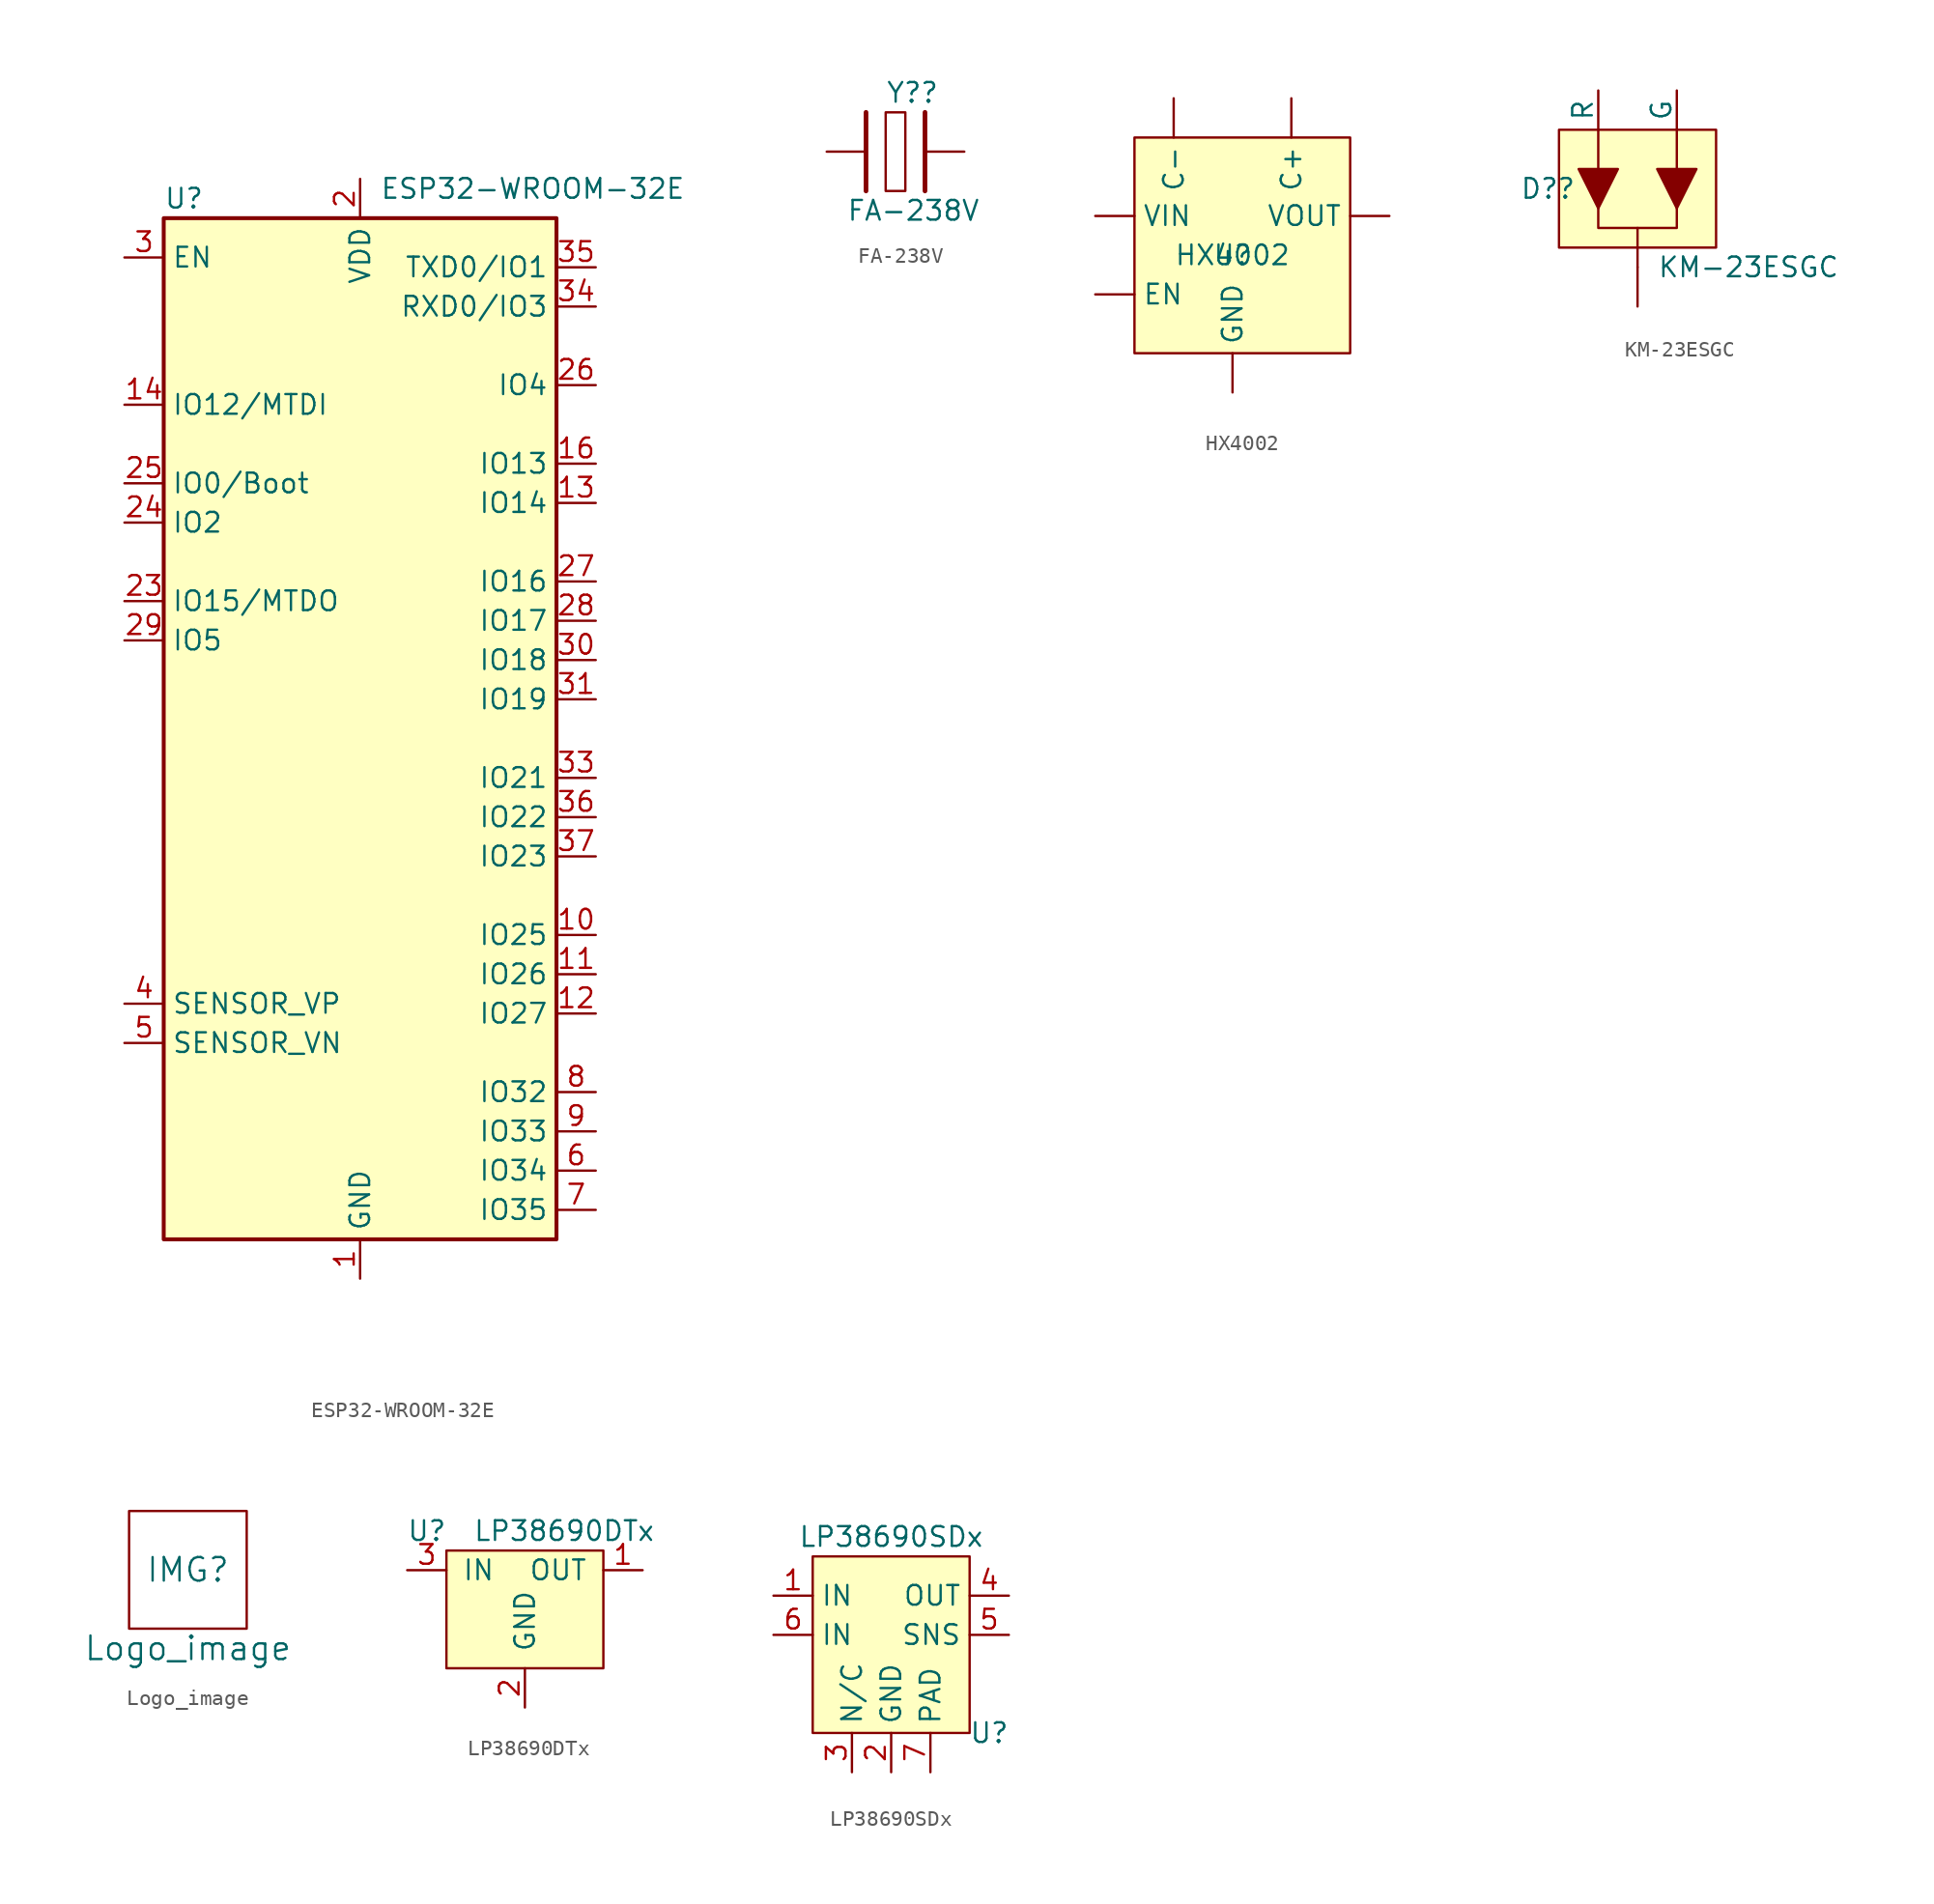
<source format=kicad_sym>
(kicad_symbol_lib
  (version 20220914)
  (generator kicad_symbol_editor)
  (symbol "ESP32-WROOM-32E"
    (property "Reference" "U"
      (at -12.7 34.29 0)
      (effects (font (size 1.27 1.27)) (justify left)))
    (property "Value" "ESP32-WROOM-32E"
      (at 1.27 34.925 0)
      (effects (font (size 1.27 1.27)) (justify left)))
    (symbol "ESP32-WROOM-32E_0_1"
      (rectangle (start -12.7 33.02) (end 12.7 -33.02) (stroke (width 0.254) (type default)) (fill (type background))))
    (symbol "ESP32-WROOM-32E_1_1"
      (pin power_in line (at 0 -35.56 90) (length 2.54) (name "GND" (effects (font (size 1.27 1.27)))) (number "1" (effects (font (size 1.27 1.27)))))
      (pin bidirectional line (at 15.24 -13.335 180) (length 2.54) (name "IO25" (effects (font (size 1.27 1.27)))) (number "10" (effects (font (size 1.27 1.27)))))
      (pin bidirectional line (at 15.24 -15.875 180) (length 2.54) (name "IO26" (effects (font (size 1.27 1.27)))) (number "11" (effects (font (size 1.27 1.27)))))
      (pin bidirectional line (at 15.24 -18.415 180) (length 2.54) (name "IO27" (effects (font (size 1.27 1.27)))) (number "12" (effects (font (size 1.27 1.27)))))
      (pin bidirectional line (at 15.24 14.605 180) (length 2.54) (name "IO14" (effects (font (size 1.27 1.27)))) (number "13" (effects (font (size 1.27 1.27)))))
      (pin bidirectional line (at -15.24 20.955 0) (length 2.54) (name "IO12/MTDI" (effects (font (size 1.27 1.27)))) (number "14" (effects (font (size 1.27 1.27)))))
      (pin passive line (at 0 -35.56 90) (length 2.54) hide (name "GND" (effects (font (size 1.27 1.27)))) (number "15" (effects (font (size 1.27 1.27)))))
      (pin bidirectional line (at 15.24 17.145 180) (length 2.54) (name "IO13" (effects (font (size 1.27 1.27)))) (number "16" (effects (font (size 1.27 1.27)))))
      (pin no_connect line (at -15.24 -5.08 0) (length 2.54) hide (name "NC" (effects (font (size 1.27 1.27)))) (number "17" (effects (font (size 1.27 1.27)))))
      (pin no_connect line (at -15.24 -7.62 0) (length 2.54) hide (name "NC" (effects (font (size 1.27 1.27)))) (number "18" (effects (font (size 1.27 1.27)))))
      (pin no_connect line (at -15.24 -12.7 0) (length 2.54) hide (name "NC" (effects (font (size 1.27 1.27)))) (number "19" (effects (font (size 1.27 1.27)))))
      (pin power_in line (at 0 35.56 270) (length 2.54) (name "VDD" (effects (font (size 1.27 1.27)))) (number "2" (effects (font (size 1.27 1.27)))))
      (pin no_connect line (at -15.24 -10.16 0) (length 2.54) hide (name "NC" (effects (font (size 1.27 1.27)))) (number "20" (effects (font (size 1.27 1.27)))))
      (pin no_connect line (at -15.24 0 0) (length 2.54) hide (name "NC" (effects (font (size 1.27 1.27)))) (number "21" (effects (font (size 1.27 1.27)))))
      (pin no_connect line (at -15.24 -2.54 0) (length 2.54) hide (name "NC" (effects (font (size 1.27 1.27)))) (number "22" (effects (font (size 1.27 1.27)))))
      (pin bidirectional line (at -15.24 8.255 0) (length 2.54) (name "IO15/MTDO" (effects (font (size 1.27 1.27)))) (number "23" (effects (font (size 1.27 1.27)))))
      (pin bidirectional line (at -15.24 13.335 0) (length 2.54) (name "IO2" (effects (font (size 1.27 1.27)))) (number "24" (effects (font (size 1.27 1.27)))))
      (pin bidirectional line (at -15.24 15.875 0) (length 2.54) (name "IO0/Boot" (effects (font (size 1.27 1.27)))) (number "25" (effects (font (size 1.27 1.27)))))
      (pin bidirectional line (at 15.24 22.225 180) (length 2.54) (name "IO4" (effects (font (size 1.27 1.27)))) (number "26" (effects (font (size 1.27 1.27)))))
      (pin bidirectional line (at 15.24 9.525 180) (length 2.54) (name "IO16" (effects (font (size 1.27 1.27)))) (number "27" (effects (font (size 1.27 1.27)))))
      (pin bidirectional line (at 15.24 6.985 180) (length 2.54) (name "IO17" (effects (font (size 1.27 1.27)))) (number "28" (effects (font (size 1.27 1.27)))))
      (pin bidirectional line (at -15.24 5.715 0) (length 2.54) (name "IO5" (effects (font (size 1.27 1.27)))) (number "29" (effects (font (size 1.27 1.27)))))
      (pin input line (at -15.24 30.48 0) (length 2.54) (name "EN" (effects (font (size 1.27 1.27)))) (number "3" (effects (font (size 1.27 1.27)))))
      (pin bidirectional line (at 15.24 4.445 180) (length 2.54) (name "IO18" (effects (font (size 1.27 1.27)))) (number "30" (effects (font (size 1.27 1.27)))))
      (pin bidirectional line (at 15.24 1.905 180) (length 2.54) (name "IO19" (effects (font (size 1.27 1.27)))) (number "31" (effects (font (size 1.27 1.27)))))
      (pin no_connect line (at -12.7 -27.94 0) (length 2.54) hide (name "NC" (effects (font (size 1.27 1.27)))) (number "32" (effects (font (size 1.27 1.27)))))
      (pin bidirectional line (at 15.24 -3.175 180) (length 2.54) (name "IO21" (effects (font (size 1.27 1.27)))) (number "33" (effects (font (size 1.27 1.27)))))
      (pin bidirectional line (at 15.24 27.305 180) (length 2.54) (name "RXD0/IO3" (effects (font (size 1.27 1.27)))) (number "34" (effects (font (size 1.27 1.27)))))
      (pin bidirectional line (at 15.24 29.845 180) (length 2.54) (name "TXD0/IO1" (effects (font (size 1.27 1.27)))) (number "35" (effects (font (size 1.27 1.27)))))
      (pin bidirectional line (at 15.24 -5.715 180) (length 2.54) (name "IO22" (effects (font (size 1.27 1.27)))) (number "36" (effects (font (size 1.27 1.27)))))
      (pin bidirectional line (at 15.24 -8.255 180) (length 2.54) (name "IO23" (effects (font (size 1.27 1.27)))) (number "37" (effects (font (size 1.27 1.27)))))
      (pin passive line (at 0 -35.56 90) (length 2.54) hide (name "GND" (effects (font (size 1.27 1.27)))) (number "38" (effects (font (size 1.27 1.27)))))
      (pin passive line (at 0 -35.56 90) (length 2.54) hide (name "GND" (effects (font (size 1.27 1.27)))) (number "39" (effects (font (size 1.27 1.27)))))
      (pin input line (at -15.24 -17.78 0) (length 2.54) (name "SENSOR_VP" (effects (font (size 1.27 1.27)))) (number "4" (effects (font (size 1.27 1.27)))))
      (pin input line (at -15.24 -20.32 0) (length 2.54) (name "SENSOR_VN" (effects (font (size 1.27 1.27)))) (number "5" (effects (font (size 1.27 1.27)))))
      (pin input line (at 15.24 -28.575 180) (length 2.54) (name "IO34" (effects (font (size 1.27 1.27)))) (number "6" (effects (font (size 1.27 1.27)))))
      (pin input line (at 15.24 -31.115 180) (length 2.54) (name "IO35" (effects (font (size 1.27 1.27)))) (number "7" (effects (font (size 1.27 1.27)))))
      (pin bidirectional line (at 15.24 -23.495 180) (length 2.54) (name "IO32" (effects (font (size 1.27 1.27)))) (number "8" (effects (font (size 1.27 1.27)))))
      (pin bidirectional line (at 15.24 -26.035 180) (length 2.54) (name "IO33" (effects (font (size 1.27 1.27)))) (number "9" (effects (font (size 1.27 1.27)))))))
  (symbol "FA-238V"
    (pin_numbers hide)
    (pin_names hide)
    (property "Reference" "Y?"
      (at -1.27 3.81 0)
      (effects (font (size 1.27 1.27)) (justify left)))
    (property "Value" "FA-238V"
      (at -3.81 -3.81 0)
      (effects (font (size 1.27 1.27)) (justify left)))
    (symbol "FA-238V_0_0"
      (pin passive line (at -5.08 0 0) (length 2.54) (name "" (effects (font (size 1.27 1.27)))) (number "1" (effects (font (size 1.27 1.27)))))
      (pin no_connect line (at 0 -1.27 0) (length 2.54) hide (name "NC" (effects (font (size 1.27 1.27)))) (number "2" (effects (font (size 1.27 1.27)))))
      (pin passive line (at 3.81 0 180) (length 2.54) (name "" (effects (font (size 1.27 1.27)))) (number "3" (effects (font (size 1.27 1.27)))))
      (pin no_connect line (at 0 -1.27 0) (length 2.54) hide (name "NC" (effects (font (size 1.27 1.27)))) (number "4" (effects (font (size 1.27 1.27))))))
    (symbol "FA-238V_0_1"
      (rectangle (start -1.27 2.54) (end 0 -2.54) (stroke (width 0) (type default)) (fill (type none)))
      (polyline (pts (xy -2.54 2.54) (xy -2.54 -2.54)) (stroke (width 0.3) (type default)) (fill (type none)))
      (polyline (pts (xy 1.27 2.54) (xy 1.27 -2.54)) (stroke (width 0.3) (type default)) (fill (type none)))))
  (symbol "HX4002"
    (pin_numbers hide)
    (property "Reference" "U"
      (at 0 0 0)
      (effects (font (size 1.27 1.27))))
    (property "Value" "HX4002"
      (at 0 0 0)
      (effects (font (size 1.27 1.27))))
    (symbol "HX4002_1_1"
      (rectangle (start -6.35 7.62) (end 7.62 -6.35) (stroke (width 0) (type default)) (fill (type background)))
      (pin power_out line (at 10.16 2.54 180) (length 2.54) (name "VOUT" (effects (font (size 1.27 1.27)))) (number "1" (effects (font (size 1.27 1.27)))))
      (pin power_in line (at 0 -8.89 90) (length 2.54) (name "GND" (effects (font (size 1.27 1.27)))) (number "2" (effects (font (size 1.27 1.27)))))
      (pin input line (at -8.89 -2.54 0) (length 2.54) (name "EN" (effects (font (size 1.27 1.27)))) (number "3" (effects (font (size 1.27 1.27)))))
      (pin passive line (at -3.81 10.16 270) (length 2.54) (name "C-" (effects (font (size 1.27 1.27)))) (number "4" (effects (font (size 1.27 1.27)))))
      (pin power_in line (at -8.89 2.54 0) (length 2.54) (name "VIN" (effects (font (size 1.27 1.27)))) (number "5" (effects (font (size 1.27 1.27)))))
      (pin passive line (at 3.81 10.16 270) (length 2.54) (name "C+" (effects (font (size 1.27 1.27)))) (number "6" (effects (font (size 1.27 1.27)))))))
  (symbol "KM-23ESGC"
    (pin_numbers hide)
    (pin_names
      (offset 0))
    (property "Reference" "D?"
      (at -7.62 -3.81 0)
      (effects (font (size 1.27 1.27)) (justify left)))
    (property "Value" "KM-23ESGC"
      (at 1.27 -8.89 0)
      (effects (font (size 1.27 1.27)) (justify left)))
    (symbol "KM-23ESGC_0_0"
      (pin input line (at -2.54 2.54 270) (length 2.54) (name "R" (effects (font (size 1.27 1.27)))) (number "1" (effects (font (size 1.27 1.27)))))
      (pin input line (at 2.54 2.54 270) (length 2.54) (name "G" (effects (font (size 1.27 1.27)))) (number "2" (effects (font (size 1.27 1.27)))))
      (pin power_in line (at 0 -11.43 90) (length 2.54) (name "" (effects (font (size 1.27 1.27)))) (number "3" (effects (font (size 1.27 1.27))))))
    (symbol "KM-23ESGC_0_1"
      (rectangle (start -5.08 0) (end 5.08 -7.62) (stroke (width 0) (type default)) (fill (type background)))
      (polyline (pts (xy -2.54 0) (xy -2.54 -2.54)) (stroke (width 0) (type default)) (fill (type none)))
      (polyline (pts (xy 0 -8.89) (xy 0 -6.35)) (stroke (width 0) (type default)) (fill (type none)))
      (polyline (pts (xy 2.54 0) (xy 2.54 -2.54)) (stroke (width 0) (type default)) (fill (type none)))
      (polyline (pts (xy -2.54 -5.08) (xy -1.27 -2.54) (xy -3.81 -2.54) (xy -2.54 -5.08)) (stroke (width 0) (type default)) (fill (type outline)))
      (polyline (pts (xy 2.54 -5.08) (xy 2.54 -6.35) (xy -2.54 -6.35) (xy -2.54 -5.08)) (stroke (width 0) (type default)) (fill (type none)))
      (polyline (pts (xy 2.54 -5.08) (xy 3.81 -2.54) (xy 1.27 -2.54) (xy 2.54 -5.08)) (stroke (width 0) (type default)) (fill (type outline)))))
  (symbol "Logo_image"
    (pin_names
      (offset 1.016))
    (property "Reference" "IMG"
      (at 0 0 0)
      (effects (font (size 1.524 1.524))))
    (property "Value" "Logo_image"
      (at 0 -5.08 0)
      (effects (font (size 1.524 1.524))))
    (symbol "Logo_image_0_1"
      (rectangle (start -3.81 3.81) (end 3.81 -3.81) (stroke (width 0) (type default)) (fill (type none)))))
  (symbol "LP38690DTx"
    (pin_names
      (offset 1.016))
    (property "Reference" "U"
      (at -6.35 3.81 0)
      (effects (font (size 1.27 1.27))))
    (property "Value" "LP38690DTx"
      (at 2.54 3.81 0)
      (effects (font (size 1.27 1.27))))
    (symbol "LP38690DTx_0_1"
      (rectangle (start -5.08 2.54) (end 5.08 -5.08) (stroke (width 0) (type default)) (fill (type background))))
    (symbol "LP38690DTx_1_1"
      (pin power_out line (at 7.62 1.27 180) (length 2.54) (name "OUT" (effects (font (size 1.27 1.27)))) (number "1" (effects (font (size 1.27 1.27)))))
      (pin passive line (at 0 -7.62 90) (length 2.54) (name "GND" (effects (font (size 1.27 1.27)))) (number "2" (effects (font (size 1.27 1.27)))))
      (pin power_in line (at -7.62 1.27 0) (length 2.54) (name "IN" (effects (font (size 1.27 1.27)))) (number "3" (effects (font (size 1.27 1.27)))))))
  (symbol "LP38690SDx"
    (property "Reference" "U"
      (at 6.35 -6.35 0)
      (effects (font (size 1.27 1.27))))
    (property "Value" "LP38690SDx"
      (at 0 6.35 0)
      (effects (font (size 1.27 1.27))))
    (symbol "LP38690SDx_0_1"
      (rectangle (start -5.08 5.08) (end 5.08 -6.35) (stroke (width 0) (type default)) (fill (type background))))
    (symbol "LP38690SDx_1_1"
      (pin power_in line (at -7.62 2.54 0) (length 2.54) (name "IN" (effects (font (size 1.27 1.27)))) (number "1" (effects (font (size 1.27 1.27)))))
      (pin passive line (at 0 -8.89 90) (length 2.54) (name "GND" (effects (font (size 1.27 1.27)))) (number "2" (effects (font (size 1.27 1.27)))))
      (pin passive line (at -2.54 -8.89 90) (length 2.54) (name "N/C" (effects (font (size 1.27 1.27)))) (number "3" (effects (font (size 1.27 1.27)))))
      (pin power_out line (at 7.62 2.54 180) (length 2.54) (name "OUT" (effects (font (size 1.27 1.27)))) (number "4" (effects (font (size 1.27 1.27)))))
      (pin passive line (at 7.62 0 180) (length 2.54) (name "SNS" (effects (font (size 1.27 1.27)))) (number "5" (effects (font (size 1.27 1.27)))))
      (pin power_in line (at -7.62 0 0) (length 2.54) (name "IN" (effects (font (size 1.27 1.27)))) (number "6" (effects (font (size 1.27 1.27)))))
      (pin passive line (at 2.54 -8.89 90) (length 2.54) (name "PAD" (effects (font (size 1.27 1.27)))) (number "7" (effects (font (size 1.27 1.27))))))))
</source>
